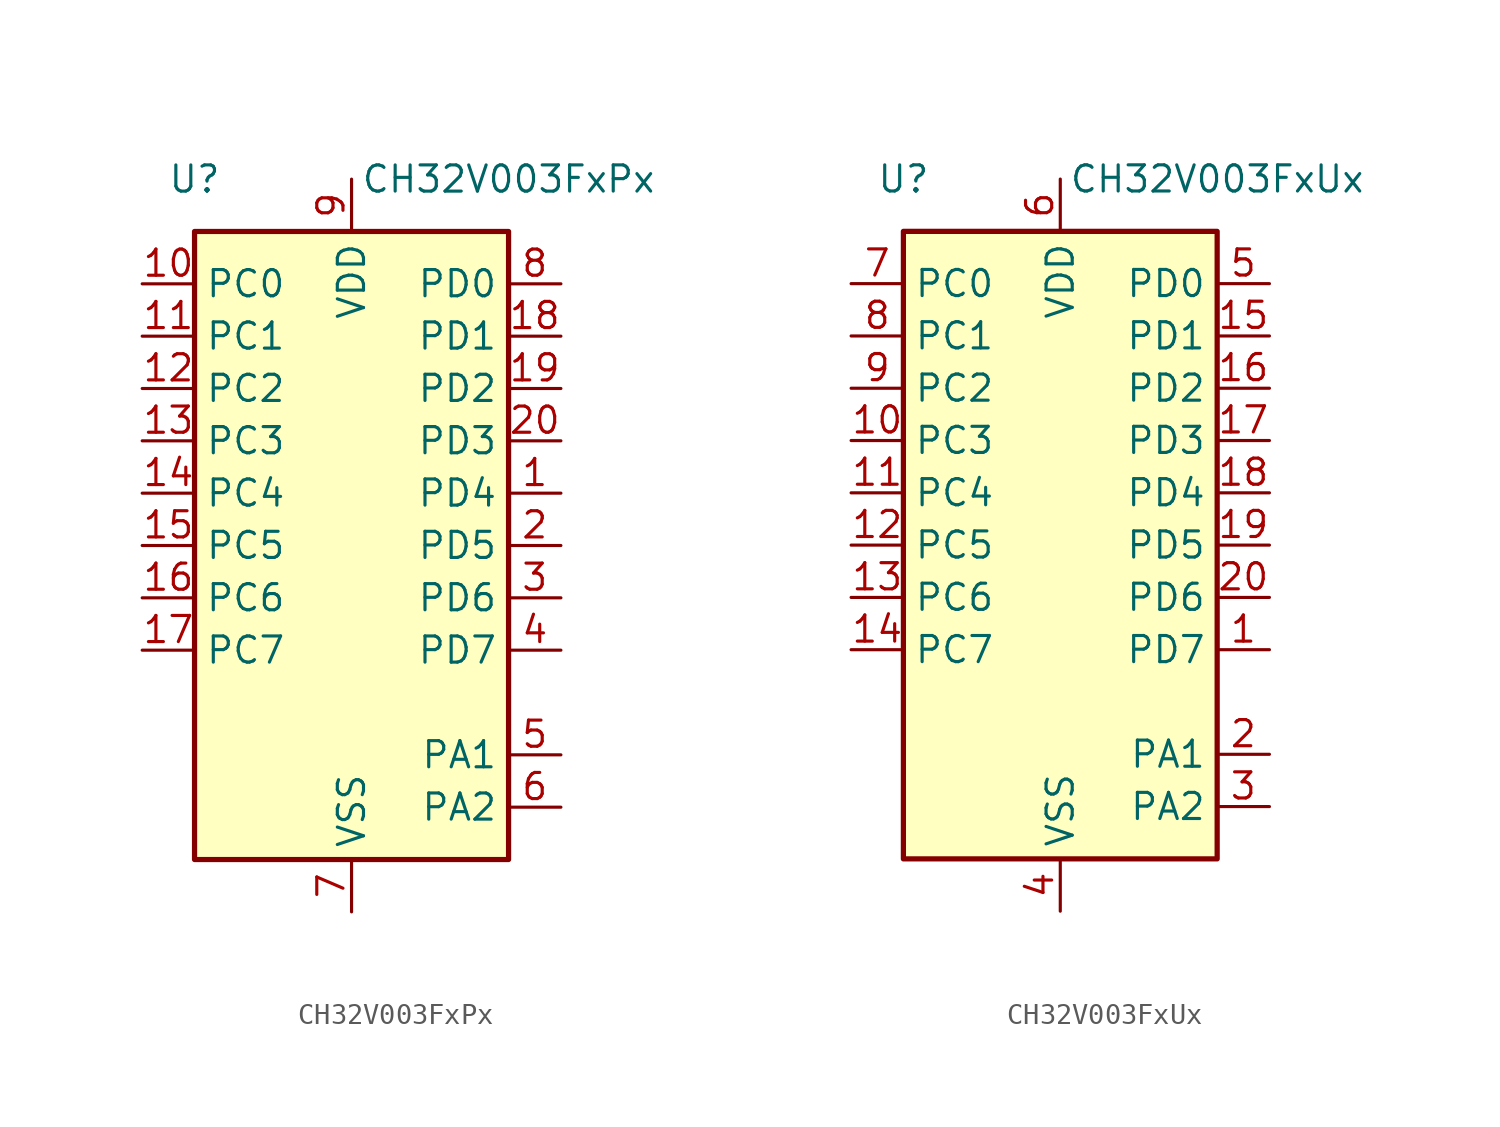
<source format=kicad_sym>
(kicad_symbol_lib
  (version 20231120)
  (generator "kicad_symbol_editor")
  (generator_version "8.0")
  (symbol "CH32V003FxPx"
    (property "Reference" "U"
      (at -7.62 17.78 0)
      (effects (font (size 1.27 1.27))))
    (property "Value" "CH32V003FxPx"
      (at 7.62 17.78 0)
      (effects (font (size 1.27 1.27))))
    (symbol "CH32V003FxPx_1_1"
      (rectangle (start -7.62 15.24) (end 7.62 -15.24) (stroke (width 0.254) (type default)) (fill (type background)))
      (pin bidirectional line (at 10.16 2.54 180) (length 2.54) (name "PD4" (effects (font (size 1.27 1.27)))) (number "1" (effects (font (size 1.27 1.27)))) (alternate "A7" bidirectional line) (alternate "OPO" bidirectional line) (alternate "T1CH4_3" bidirectional line) (alternate "T2CH1ETR" bidirectional line) (alternate "TIETR_2" bidirectional line) (alternate "UCK" bidirectional line))
      (pin bidirectional line (at -10.16 12.7 0) (length 2.54) (name "PC0" (effects (font (size 1.27 1.27)))) (number "10" (effects (font (size 1.27 1.27)))) (alternate "NSS_1" bidirectional line) (alternate "T1CH3_1" bidirectional line) (alternate "T2CH3" bidirectional line) (alternate "T2CH3_2" bidirectional line) (alternate "UTX_3" bidirectional line))
      (pin bidirectional line (at -10.16 10.16 0) (length 2.54) (name "PC1" (effects (font (size 1.27 1.27)))) (number "11" (effects (font (size 1.27 1.27)))) (alternate "NSS" bidirectional line) (alternate "SDA" bidirectional line) (alternate "T1BKIN_1" bidirectional line) (alternate "T1BKIN_3" bidirectional line) (alternate "T2CH1ETR_2" bidirectional line) (alternate "T2CH1ETR_3" bidirectional line) (alternate "T2CH4_1" bidirectional line) (alternate "URX_3" bidirectional line))
      (pin bidirectional line (at -10.16 7.62 0) (length 2.54) (name "PC2" (effects (font (size 1.27 1.27)))) (number "12" (effects (font (size 1.27 1.27)))) (alternate "AETR_1" bidirectional line) (alternate "SCL" bidirectional line) (alternate "T1BKIN" bidirectional line) (alternate "T1BKIN_2" bidirectional line) (alternate "T1ETR_3" bidirectional line) (alternate "T2CH2_1" bidirectional line) (alternate "URTS" bidirectional line) (alternate "URTS_1" bidirectional line))
      (pin bidirectional line (at -10.16 5.08 0) (length 2.54) (name "PC3" (effects (font (size 1.27 1.27)))) (number "13" (effects (font (size 1.27 1.27)))) (alternate "T1CH1N_1" bidirectional line) (alternate "T1CH1N_3" bidirectional line) (alternate "T1CH3" bidirectional line) (alternate "T1CH3_2" bidirectional line) (alternate "UCTS_1" bidirectional line))
      (pin bidirectional line (at -10.16 2.54 0) (length 2.54) (name "PC4" (effects (font (size 1.27 1.27)))) (number "14" (effects (font (size 1.27 1.27)))) (alternate "A2" bidirectional line) (alternate "MCO" bidirectional line) (alternate "T1CH1_3" bidirectional line) (alternate "T1CH2N_1" bidirectional line) (alternate "T1CH4" bidirectional line) (alternate "T1CH4_2" bidirectional line))
      (pin bidirectional line (at -10.16 0 0) (length 2.54) (name "PC5" (effects (font (size 1.27 1.27)))) (number "15" (effects (font (size 1.27 1.27)))) (alternate "SCK" bidirectional line) (alternate "SCK_1" bidirectional line) (alternate "SCL_2" bidirectional line) (alternate "SCL_3" bidirectional line) (alternate "T1CH3_3" bidirectional line) (alternate "T1ETR" bidirectional line) (alternate "T1ETR_1" bidirectional line) (alternate "T2CH1ETR_1" bidirectional line) (alternate "UCK_3" bidirectional line))
      (pin bidirectional line (at -10.16 -2.54 0) (length 2.54) (name "PC6" (effects (font (size 1.27 1.27)))) (number "16" (effects (font (size 1.27 1.27)))) (alternate "MOSI" bidirectional line) (alternate "MOSI_1" bidirectional line) (alternate "SDA_2" bidirectional line) (alternate "SDA_3" bidirectional line) (alternate "T1CH1_1" bidirectional line) (alternate "T1CH3N_3" bidirectional line) (alternate "UCTS_2" bidirectional line) (alternate "UCTS_3" bidirectional line))
      (pin bidirectional line (at -10.16 -5.08 0) (length 2.54) (name "PC7" (effects (font (size 1.27 1.27)))) (number "17" (effects (font (size 1.27 1.27)))) (alternate "MISO" bidirectional line) (alternate "MISO_1" bidirectional line) (alternate "T1CH2_1" bidirectional line) (alternate "T1CH2_3" bidirectional line) (alternate "T2CH2_3" bidirectional line) (alternate "URTS_2" bidirectional line) (alternate "URTS_3" bidirectional line))
      (pin bidirectional line (at 10.16 10.16 180) (length 2.54) (name "PD1" (effects (font (size 1.27 1.27)))) (number "18" (effects (font (size 1.27 1.27)))) (alternate "AETR2" bidirectional line) (alternate "SCL_1" bidirectional line) (alternate "SWIO" bidirectional line) (alternate "T1CH3N" bidirectional line) (alternate "T1CH3N_1" bidirectional line) (alternate "T1CH3N_2" bidirectional line) (alternate "URX_1" bidirectional line))
      (pin bidirectional line (at 10.16 7.62 180) (length 2.54) (name "PD2" (effects (font (size 1.27 1.27)))) (number "19" (effects (font (size 1.27 1.27)))) (alternate "A3" bidirectional line) (alternate "T1CH1" bidirectional line) (alternate "T1CH1_2" bidirectional line) (alternate "T1CH2N_3" bidirectional line) (alternate "T2CH3_1" bidirectional line))
      (pin bidirectional line (at 10.16 0 180) (length 2.54) (name "PD5" (effects (font (size 1.27 1.27)))) (number "2" (effects (font (size 1.27 1.27)))) (alternate "A5" bidirectional line) (alternate "T2CH4_3" bidirectional line) (alternate "URX_2" bidirectional line) (alternate "UTX" bidirectional line))
      (pin bidirectional line (at 10.16 5.08 180) (length 2.54) (name "PD3" (effects (font (size 1.27 1.27)))) (number "20" (effects (font (size 1.27 1.27)))) (alternate "A4" bidirectional line) (alternate "AETR" bidirectional line) (alternate "T1CH4_1" bidirectional line) (alternate "T2CH2" bidirectional line) (alternate "T2CH2_2" bidirectional line) (alternate "UCTS" bidirectional line))
      (pin bidirectional line (at 10.16 -2.54 180) (length 2.54) (name "PD6" (effects (font (size 1.27 1.27)))) (number "3" (effects (font (size 1.27 1.27)))) (alternate "A6" bidirectional line) (alternate "T2CH3_3" bidirectional line) (alternate "URX" bidirectional line) (alternate "UTX_2" bidirectional line))
      (pin bidirectional line (at 10.16 -5.08 180) (length 2.54) (name "PD7" (effects (font (size 1.27 1.27)))) (number "4" (effects (font (size 1.27 1.27)))) (alternate "NRST" bidirectional line) (alternate "OPP1" bidirectional line) (alternate "T2CH4" bidirectional line) (alternate "T2CH4_2" bidirectional line) (alternate "UCK_1" bidirectional line) (alternate "UCK_2" bidirectional line))
      (pin bidirectional line (at 10.16 -10.16 180) (length 2.54) (name "PA1" (effects (font (size 1.27 1.27)))) (number "5" (effects (font (size 1.27 1.27)))) (alternate "A1" bidirectional line) (alternate "OPN0" bidirectional line) (alternate "OSCI" bidirectional line) (alternate "T1CH2" bidirectional line) (alternate "T1CH2_2" bidirectional line))
      (pin bidirectional line (at 10.16 -12.7 180) (length 2.54) (name "PA2" (effects (font (size 1.27 1.27)))) (number "6" (effects (font (size 1.27 1.27)))) (alternate "A0" bidirectional line) (alternate "AETR2_1" bidirectional line) (alternate "OPP0" bidirectional line) (alternate "OSCO" bidirectional line) (alternate "TICH2N" bidirectional line) (alternate "TICH2N_2" bidirectional line))
      (pin power_in line (at 0 -17.78 90) (length 2.54) (name "VSS" (effects (font (size 1.27 1.27)))) (number "7" (effects (font (size 1.27 1.27)))))
      (pin bidirectional line (at 10.16 12.7 180) (length 2.54) (name "PD0" (effects (font (size 1.27 1.27)))) (number "8" (effects (font (size 1.27 1.27)))) (alternate "OPN1" bidirectional line) (alternate "SDA_1" bidirectional line) (alternate "TICH1N" bidirectional line) (alternate "TICH1N_2" bidirectional line) (alternate "UTX_1" bidirectional line))
      (pin power_in line (at 0 17.78 270) (length 2.54) (name "VDD" (effects (font (size 1.27 1.27)))) (number "9" (effects (font (size 1.27 1.27)))))))
  (symbol "CH32V003FxUx"
    (property "Reference" "U"
      (at -7.62 17.78 0)
      (effects (font (size 1.27 1.27))))
    (property "Value" "CH32V003FxUx"
      (at 7.62 17.78 0)
      (effects (font (size 1.27 1.27))))
    (symbol "CH32V003FxUx_1_1"
      (rectangle (start -7.62 15.24) (end 7.62 -15.24) (stroke (width 0.254) (type default)) (fill (type background)))
      (pin bidirectional line (at 10.16 -5.08 180) (length 2.54) (name "PD7" (effects (font (size 1.27 1.27)))) (number "1" (effects (font (size 1.27 1.27)))) (alternate "NRST" bidirectional line) (alternate "OPP1" bidirectional line) (alternate "T2CH4" bidirectional line) (alternate "T2CH4_2" bidirectional line) (alternate "UCK_1" bidirectional line) (alternate "UCK_2" bidirectional line))
      (pin bidirectional line (at -10.16 5.08 0) (length 2.54) (name "PC3" (effects (font (size 1.27 1.27)))) (number "10" (effects (font (size 1.27 1.27)))) (alternate "T1CH1N_1" bidirectional line) (alternate "T1CH1N_3" bidirectional line) (alternate "T1CH3" bidirectional line) (alternate "T1CH3_2" bidirectional line) (alternate "UCTS_1" bidirectional line))
      (pin bidirectional line (at -10.16 2.54 0) (length 2.54) (name "PC4" (effects (font (size 1.27 1.27)))) (number "11" (effects (font (size 1.27 1.27)))) (alternate "A2" bidirectional line) (alternate "MCO" bidirectional line) (alternate "T1CH1_3" bidirectional line) (alternate "T1CH2N_1" bidirectional line) (alternate "T1CH4" bidirectional line) (alternate "T1CH4_2" bidirectional line))
      (pin bidirectional line (at -10.16 0 0) (length 2.54) (name "PC5" (effects (font (size 1.27 1.27)))) (number "12" (effects (font (size 1.27 1.27)))) (alternate "SCK" bidirectional line) (alternate "SCK_1" bidirectional line) (alternate "SCL_2" bidirectional line) (alternate "SCL_3" bidirectional line) (alternate "T1CH3_3" bidirectional line) (alternate "T1ETR" bidirectional line) (alternate "T1ETR_1" bidirectional line) (alternate "T2CH1ETR_1" bidirectional line) (alternate "UCK_3" bidirectional line))
      (pin bidirectional line (at -10.16 -2.54 0) (length 2.54) (name "PC6" (effects (font (size 1.27 1.27)))) (number "13" (effects (font (size 1.27 1.27)))) (alternate "MOSI" bidirectional line) (alternate "MOSI_1" bidirectional line) (alternate "SDA_2" bidirectional line) (alternate "SDA_3" bidirectional line) (alternate "T1CH1_1" bidirectional line) (alternate "T1CH3N_3" bidirectional line) (alternate "UCTS_2" bidirectional line) (alternate "UCTS_3" bidirectional line))
      (pin bidirectional line (at -10.16 -5.08 0) (length 2.54) (name "PC7" (effects (font (size 1.27 1.27)))) (number "14" (effects (font (size 1.27 1.27)))) (alternate "MISO" bidirectional line) (alternate "MISO_1" bidirectional line) (alternate "T1CH2_1" bidirectional line) (alternate "T1CH2_3" bidirectional line) (alternate "T2CH2_3" bidirectional line) (alternate "URTS_2" bidirectional line) (alternate "URTS_3" bidirectional line))
      (pin bidirectional line (at 10.16 10.16 180) (length 2.54) (name "PD1" (effects (font (size 1.27 1.27)))) (number "15" (effects (font (size 1.27 1.27)))) (alternate "AETR2" bidirectional line) (alternate "SCL_1" bidirectional line) (alternate "SWIO" bidirectional line) (alternate "T1CH3N" bidirectional line) (alternate "T1CH3N_1" bidirectional line) (alternate "T1CH3N_2" bidirectional line) (alternate "URX_1" bidirectional line))
      (pin bidirectional line (at 10.16 7.62 180) (length 2.54) (name "PD2" (effects (font (size 1.27 1.27)))) (number "16" (effects (font (size 1.27 1.27)))) (alternate "A3" bidirectional line) (alternate "T1CH1" bidirectional line) (alternate "T1CH1_2" bidirectional line) (alternate "T1CH2N_3" bidirectional line) (alternate "T2CH3_1" bidirectional line))
      (pin bidirectional line (at 10.16 5.08 180) (length 2.54) (name "PD3" (effects (font (size 1.27 1.27)))) (number "17" (effects (font (size 1.27 1.27)))) (alternate "A4" bidirectional line) (alternate "AETR" bidirectional line) (alternate "T1CH4_1" bidirectional line) (alternate "T2CH2" bidirectional line) (alternate "T2CH2_2" bidirectional line) (alternate "UCTS" bidirectional line))
      (pin bidirectional line (at 10.16 2.54 180) (length 2.54) (name "PD4" (effects (font (size 1.27 1.27)))) (number "18" (effects (font (size 1.27 1.27)))) (alternate "A7" bidirectional line) (alternate "OPO" bidirectional line) (alternate "T1CH4_3" bidirectional line) (alternate "T2CH1ETR" bidirectional line) (alternate "TIETR_2" bidirectional line) (alternate "UCK" bidirectional line))
      (pin bidirectional line (at 10.16 0 180) (length 2.54) (name "PD5" (effects (font (size 1.27 1.27)))) (number "19" (effects (font (size 1.27 1.27)))) (alternate "A5" bidirectional line) (alternate "T2CH4_3" bidirectional line) (alternate "URX_2" bidirectional line) (alternate "UTX" bidirectional line))
      (pin bidirectional line (at 10.16 -10.16 180) (length 2.54) (name "PA1" (effects (font (size 1.27 1.27)))) (number "2" (effects (font (size 1.27 1.27)))) (alternate "A1" bidirectional line) (alternate "OPN0" bidirectional line) (alternate "OSCI" bidirectional line) (alternate "T1CH2" bidirectional line) (alternate "T1CH2_2" bidirectional line))
      (pin bidirectional line (at 10.16 -2.54 180) (length 2.54) (name "PD6" (effects (font (size 1.27 1.27)))) (number "20" (effects (font (size 1.27 1.27)))) (alternate "A6" bidirectional line) (alternate "T2CH3_3" bidirectional line) (alternate "URX" bidirectional line) (alternate "UTX_2" bidirectional line))
      (pin passive line (at 0 -17.78 90) (length 2.54) hide (name "VSS" (effects (font (size 1.27 1.27)))) (number "21" (effects (font (size 1.27 1.27)))))
      (pin bidirectional line (at 10.16 -12.7 180) (length 2.54) (name "PA2" (effects (font (size 1.27 1.27)))) (number "3" (effects (font (size 1.27 1.27)))) (alternate "A0" bidirectional line) (alternate "AETR2_1" bidirectional line) (alternate "OPP0" bidirectional line) (alternate "OSCO" bidirectional line) (alternate "TICH2N" bidirectional line) (alternate "TICH2N_2" bidirectional line))
      (pin power_in line (at 0 -17.78 90) (length 2.54) (name "VSS" (effects (font (size 1.27 1.27)))) (number "4" (effects (font (size 1.27 1.27)))))
      (pin bidirectional line (at 10.16 12.7 180) (length 2.54) (name "PD0" (effects (font (size 1.27 1.27)))) (number "5" (effects (font (size 1.27 1.27)))) (alternate "OPN1" bidirectional line) (alternate "SDA_1" bidirectional line) (alternate "TICH1N" bidirectional line) (alternate "TICH1N_2" bidirectional line) (alternate "UTX_1" bidirectional line))
      (pin power_in line (at 0 17.78 270) (length 2.54) (name "VDD" (effects (font (size 1.27 1.27)))) (number "6" (effects (font (size 1.27 1.27)))))
      (pin bidirectional line (at -10.16 12.7 0) (length 2.54) (name "PC0" (effects (font (size 1.27 1.27)))) (number "7" (effects (font (size 1.27 1.27)))) (alternate "NSS_1" bidirectional line) (alternate "T1CH3_1" bidirectional line) (alternate "T2CH3" bidirectional line) (alternate "T2CH3_2" bidirectional line) (alternate "UTX_3" bidirectional line))
      (pin bidirectional line (at -10.16 10.16 0) (length 2.54) (name "PC1" (effects (font (size 1.27 1.27)))) (number "8" (effects (font (size 1.27 1.27)))) (alternate "NSS" bidirectional line) (alternate "SDA" bidirectional line) (alternate "T1BKIN_1" bidirectional line) (alternate "T1BKIN_3" bidirectional line) (alternate "T2CH1ETR_2" bidirectional line) (alternate "T2CH1ETR_3" bidirectional line) (alternate "T2CH4_1" bidirectional line) (alternate "URX_3" bidirectional line))
      (pin bidirectional line (at -10.16 7.62 0) (length 2.54) (name "PC2" (effects (font (size 1.27 1.27)))) (number "9" (effects (font (size 1.27 1.27)))) (alternate "AETR_1" bidirectional line) (alternate "SCL" bidirectional line) (alternate "T1BKIN" bidirectional line) (alternate "T1BKIN_2" bidirectional line) (alternate "T1ETR_3" bidirectional line) (alternate "T2CH2_1" bidirectional line) (alternate "URTS" bidirectional line) (alternate "URTS_1" bidirectional line)))))
</source>
